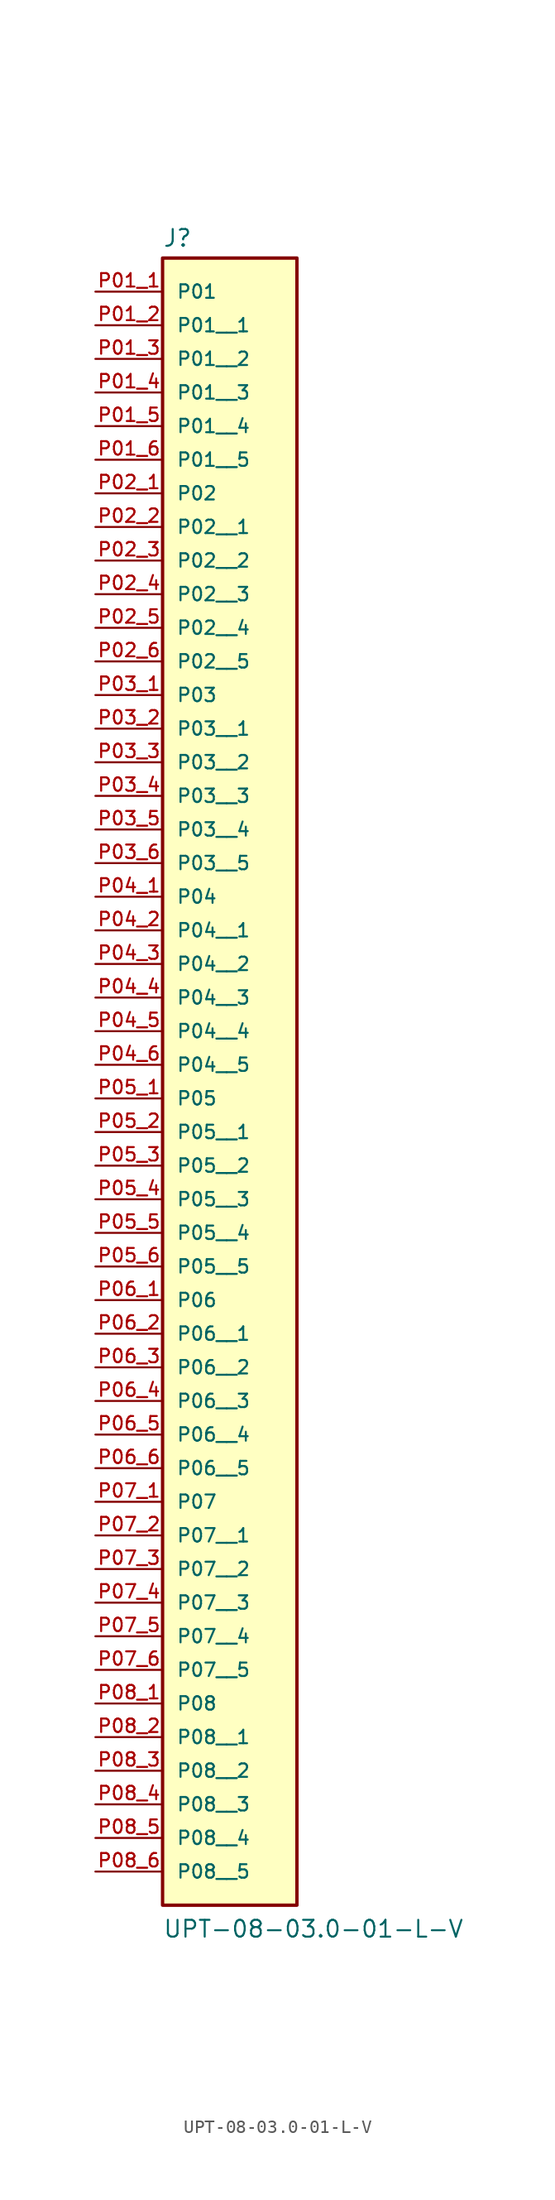
<source format=kicad_sym>
(kicad_symbol_lib
  (version 20211014)
  (generator kicad_symbol_editor)
  (symbol "UPT-08-03.0-01-L-V"
    (pin_names
      (offset 1.016))
    (property "Reference" "J"
      (at -5.08 10.922 0)
      (effects (font (size 1.27 1.27)) (justify bottom left)))
    (property "Value" "UPT-08-03.0-01-L-V"
      (at -5.08 -116.84 0)
      (effects (font (size 1.27 1.27)) (justify bottom left)))
    (symbol "UPT-08-03.0-01-L-V_0_0"
      (rectangle (start -5.08 -114.3) (end 5.08 10.16) (stroke (width 0.254)) (fill (type background)))
      (pin power_in line (at -10.16 7.62 0) (length 5.08) (name "P01" (effects (font (size 1.016 1.016)))) (number "P01_1" (effects (font (size 1.016 1.016)))))
      (pin power_in line (at -10.16 -7.62 0) (length 5.08) (name "P02" (effects (font (size 1.016 1.016)))) (number "P02_1" (effects (font (size 1.016 1.016)))))
      (pin power_in line (at -10.16 -22.86 0) (length 5.08) (name "P03" (effects (font (size 1.016 1.016)))) (number "P03_1" (effects (font (size 1.016 1.016)))))
      (pin power_in line (at -10.16 -38.1 0) (length 5.08) (name "P04" (effects (font (size 1.016 1.016)))) (number "P04_1" (effects (font (size 1.016 1.016)))))
      (pin power_in line (at -10.16 -53.34 0) (length 5.08) (name "P05" (effects (font (size 1.016 1.016)))) (number "P05_1" (effects (font (size 1.016 1.016)))))
      (pin power_in line (at -10.16 -68.58 0) (length 5.08) (name "P06" (effects (font (size 1.016 1.016)))) (number "P06_1" (effects (font (size 1.016 1.016)))))
      (pin power_in line (at -10.16 -83.82 0) (length 5.08) (name "P07" (effects (font (size 1.016 1.016)))) (number "P07_1" (effects (font (size 1.016 1.016)))))
      (pin power_in line (at -10.16 -99.06 0) (length 5.08) (name "P08" (effects (font (size 1.016 1.016)))) (number "P08_1" (effects (font (size 1.016 1.016)))))
      (pin power_in line (at -10.16 5.08 0) (length 5.08) (name "P01__1" (effects (font (size 1.016 1.016)))) (number "P01_2" (effects (font (size 1.016 1.016)))))
      (pin power_in line (at -10.16 2.54 0) (length 5.08) (name "P01__2" (effects (font (size 1.016 1.016)))) (number "P01_3" (effects (font (size 1.016 1.016)))))
      (pin power_in line (at -10.16 0.0 0) (length 5.08) (name "P01__3" (effects (font (size 1.016 1.016)))) (number "P01_4" (effects (font (size 1.016 1.016)))))
      (pin power_in line (at -10.16 -2.54 0) (length 5.08) (name "P01__4" (effects (font (size 1.016 1.016)))) (number "P01_5" (effects (font (size 1.016 1.016)))))
      (pin power_in line (at -10.16 -5.08 0) (length 5.08) (name "P01__5" (effects (font (size 1.016 1.016)))) (number "P01_6" (effects (font (size 1.016 1.016)))))
      (pin power_in line (at -10.16 -10.16 0) (length 5.08) (name "P02__1" (effects (font (size 1.016 1.016)))) (number "P02_2" (effects (font (size 1.016 1.016)))))
      (pin power_in line (at -10.16 -12.7 0) (length 5.08) (name "P02__2" (effects (font (size 1.016 1.016)))) (number "P02_3" (effects (font (size 1.016 1.016)))))
      (pin power_in line (at -10.16 -15.24 0) (length 5.08) (name "P02__3" (effects (font (size 1.016 1.016)))) (number "P02_4" (effects (font (size 1.016 1.016)))))
      (pin power_in line (at -10.16 -17.78 0) (length 5.08) (name "P02__4" (effects (font (size 1.016 1.016)))) (number "P02_5" (effects (font (size 1.016 1.016)))))
      (pin power_in line (at -10.16 -20.32 0) (length 5.08) (name "P02__5" (effects (font (size 1.016 1.016)))) (number "P02_6" (effects (font (size 1.016 1.016)))))
      (pin power_in line (at -10.16 -25.4 0) (length 5.08) (name "P03__1" (effects (font (size 1.016 1.016)))) (number "P03_2" (effects (font (size 1.016 1.016)))))
      (pin power_in line (at -10.16 -27.94 0) (length 5.08) (name "P03__2" (effects (font (size 1.016 1.016)))) (number "P03_3" (effects (font (size 1.016 1.016)))))
      (pin power_in line (at -10.16 -30.48 0) (length 5.08) (name "P03__3" (effects (font (size 1.016 1.016)))) (number "P03_4" (effects (font (size 1.016 1.016)))))
      (pin power_in line (at -10.16 -33.02 0) (length 5.08) (name "P03__4" (effects (font (size 1.016 1.016)))) (number "P03_5" (effects (font (size 1.016 1.016)))))
      (pin power_in line (at -10.16 -35.56 0) (length 5.08) (name "P03__5" (effects (font (size 1.016 1.016)))) (number "P03_6" (effects (font (size 1.016 1.016)))))
      (pin power_in line (at -10.16 -40.64 0) (length 5.08) (name "P04__1" (effects (font (size 1.016 1.016)))) (number "P04_2" (effects (font (size 1.016 1.016)))))
      (pin power_in line (at -10.16 -43.18 0) (length 5.08) (name "P04__2" (effects (font (size 1.016 1.016)))) (number "P04_3" (effects (font (size 1.016 1.016)))))
      (pin power_in line (at -10.16 -45.72 0) (length 5.08) (name "P04__3" (effects (font (size 1.016 1.016)))) (number "P04_4" (effects (font (size 1.016 1.016)))))
      (pin power_in line (at -10.16 -48.26 0) (length 5.08) (name "P04__4" (effects (font (size 1.016 1.016)))) (number "P04_5" (effects (font (size 1.016 1.016)))))
      (pin power_in line (at -10.16 -50.8 0) (length 5.08) (name "P04__5" (effects (font (size 1.016 1.016)))) (number "P04_6" (effects (font (size 1.016 1.016)))))
      (pin power_in line (at -10.16 -55.88 0) (length 5.08) (name "P05__1" (effects (font (size 1.016 1.016)))) (number "P05_2" (effects (font (size 1.016 1.016)))))
      (pin power_in line (at -10.16 -58.42 0) (length 5.08) (name "P05__2" (effects (font (size 1.016 1.016)))) (number "P05_3" (effects (font (size 1.016 1.016)))))
      (pin power_in line (at -10.16 -60.96 0) (length 5.08) (name "P05__3" (effects (font (size 1.016 1.016)))) (number "P05_4" (effects (font (size 1.016 1.016)))))
      (pin power_in line (at -10.16 -63.5 0) (length 5.08) (name "P05__4" (effects (font (size 1.016 1.016)))) (number "P05_5" (effects (font (size 1.016 1.016)))))
      (pin power_in line (at -10.16 -66.04 0) (length 5.08) (name "P05__5" (effects (font (size 1.016 1.016)))) (number "P05_6" (effects (font (size 1.016 1.016)))))
      (pin power_in line (at -10.16 -71.12 0) (length 5.08) (name "P06__1" (effects (font (size 1.016 1.016)))) (number "P06_2" (effects (font (size 1.016 1.016)))))
      (pin power_in line (at -10.16 -73.66 0) (length 5.08) (name "P06__2" (effects (font (size 1.016 1.016)))) (number "P06_3" (effects (font (size 1.016 1.016)))))
      (pin power_in line (at -10.16 -76.2 0) (length 5.08) (name "P06__3" (effects (font (size 1.016 1.016)))) (number "P06_4" (effects (font (size 1.016 1.016)))))
      (pin power_in line (at -10.16 -78.74 0) (length 5.08) (name "P06__4" (effects (font (size 1.016 1.016)))) (number "P06_5" (effects (font (size 1.016 1.016)))))
      (pin power_in line (at -10.16 -81.28 0) (length 5.08) (name "P06__5" (effects (font (size 1.016 1.016)))) (number "P06_6" (effects (font (size 1.016 1.016)))))
      (pin power_in line (at -10.16 -86.36 0) (length 5.08) (name "P07__1" (effects (font (size 1.016 1.016)))) (number "P07_2" (effects (font (size 1.016 1.016)))))
      (pin power_in line (at -10.16 -88.9 0) (length 5.08) (name "P07__2" (effects (font (size 1.016 1.016)))) (number "P07_3" (effects (font (size 1.016 1.016)))))
      (pin power_in line (at -10.16 -91.44 0) (length 5.08) (name "P07__3" (effects (font (size 1.016 1.016)))) (number "P07_4" (effects (font (size 1.016 1.016)))))
      (pin power_in line (at -10.16 -93.98 0) (length 5.08) (name "P07__4" (effects (font (size 1.016 1.016)))) (number "P07_5" (effects (font (size 1.016 1.016)))))
      (pin power_in line (at -10.16 -96.52 0) (length 5.08) (name "P07__5" (effects (font (size 1.016 1.016)))) (number "P07_6" (effects (font (size 1.016 1.016)))))
      (pin power_in line (at -10.16 -101.6 0) (length 5.08) (name "P08__1" (effects (font (size 1.016 1.016)))) (number "P08_2" (effects (font (size 1.016 1.016)))))
      (pin power_in line (at -10.16 -104.14 0) (length 5.08) (name "P08__2" (effects (font (size 1.016 1.016)))) (number "P08_3" (effects (font (size 1.016 1.016)))))
      (pin power_in line (at -10.16 -106.68 0) (length 5.08) (name "P08__3" (effects (font (size 1.016 1.016)))) (number "P08_4" (effects (font (size 1.016 1.016)))))
      (pin power_in line (at -10.16 -109.22 0) (length 5.08) (name "P08__4" (effects (font (size 1.016 1.016)))) (number "P08_5" (effects (font (size 1.016 1.016)))))
      (pin power_in line (at -10.16 -111.76 0) (length 5.08) (name "P08__5" (effects (font (size 1.016 1.016)))) (number "P08_6" (effects (font (size 1.016 1.016))))))))
</source>
